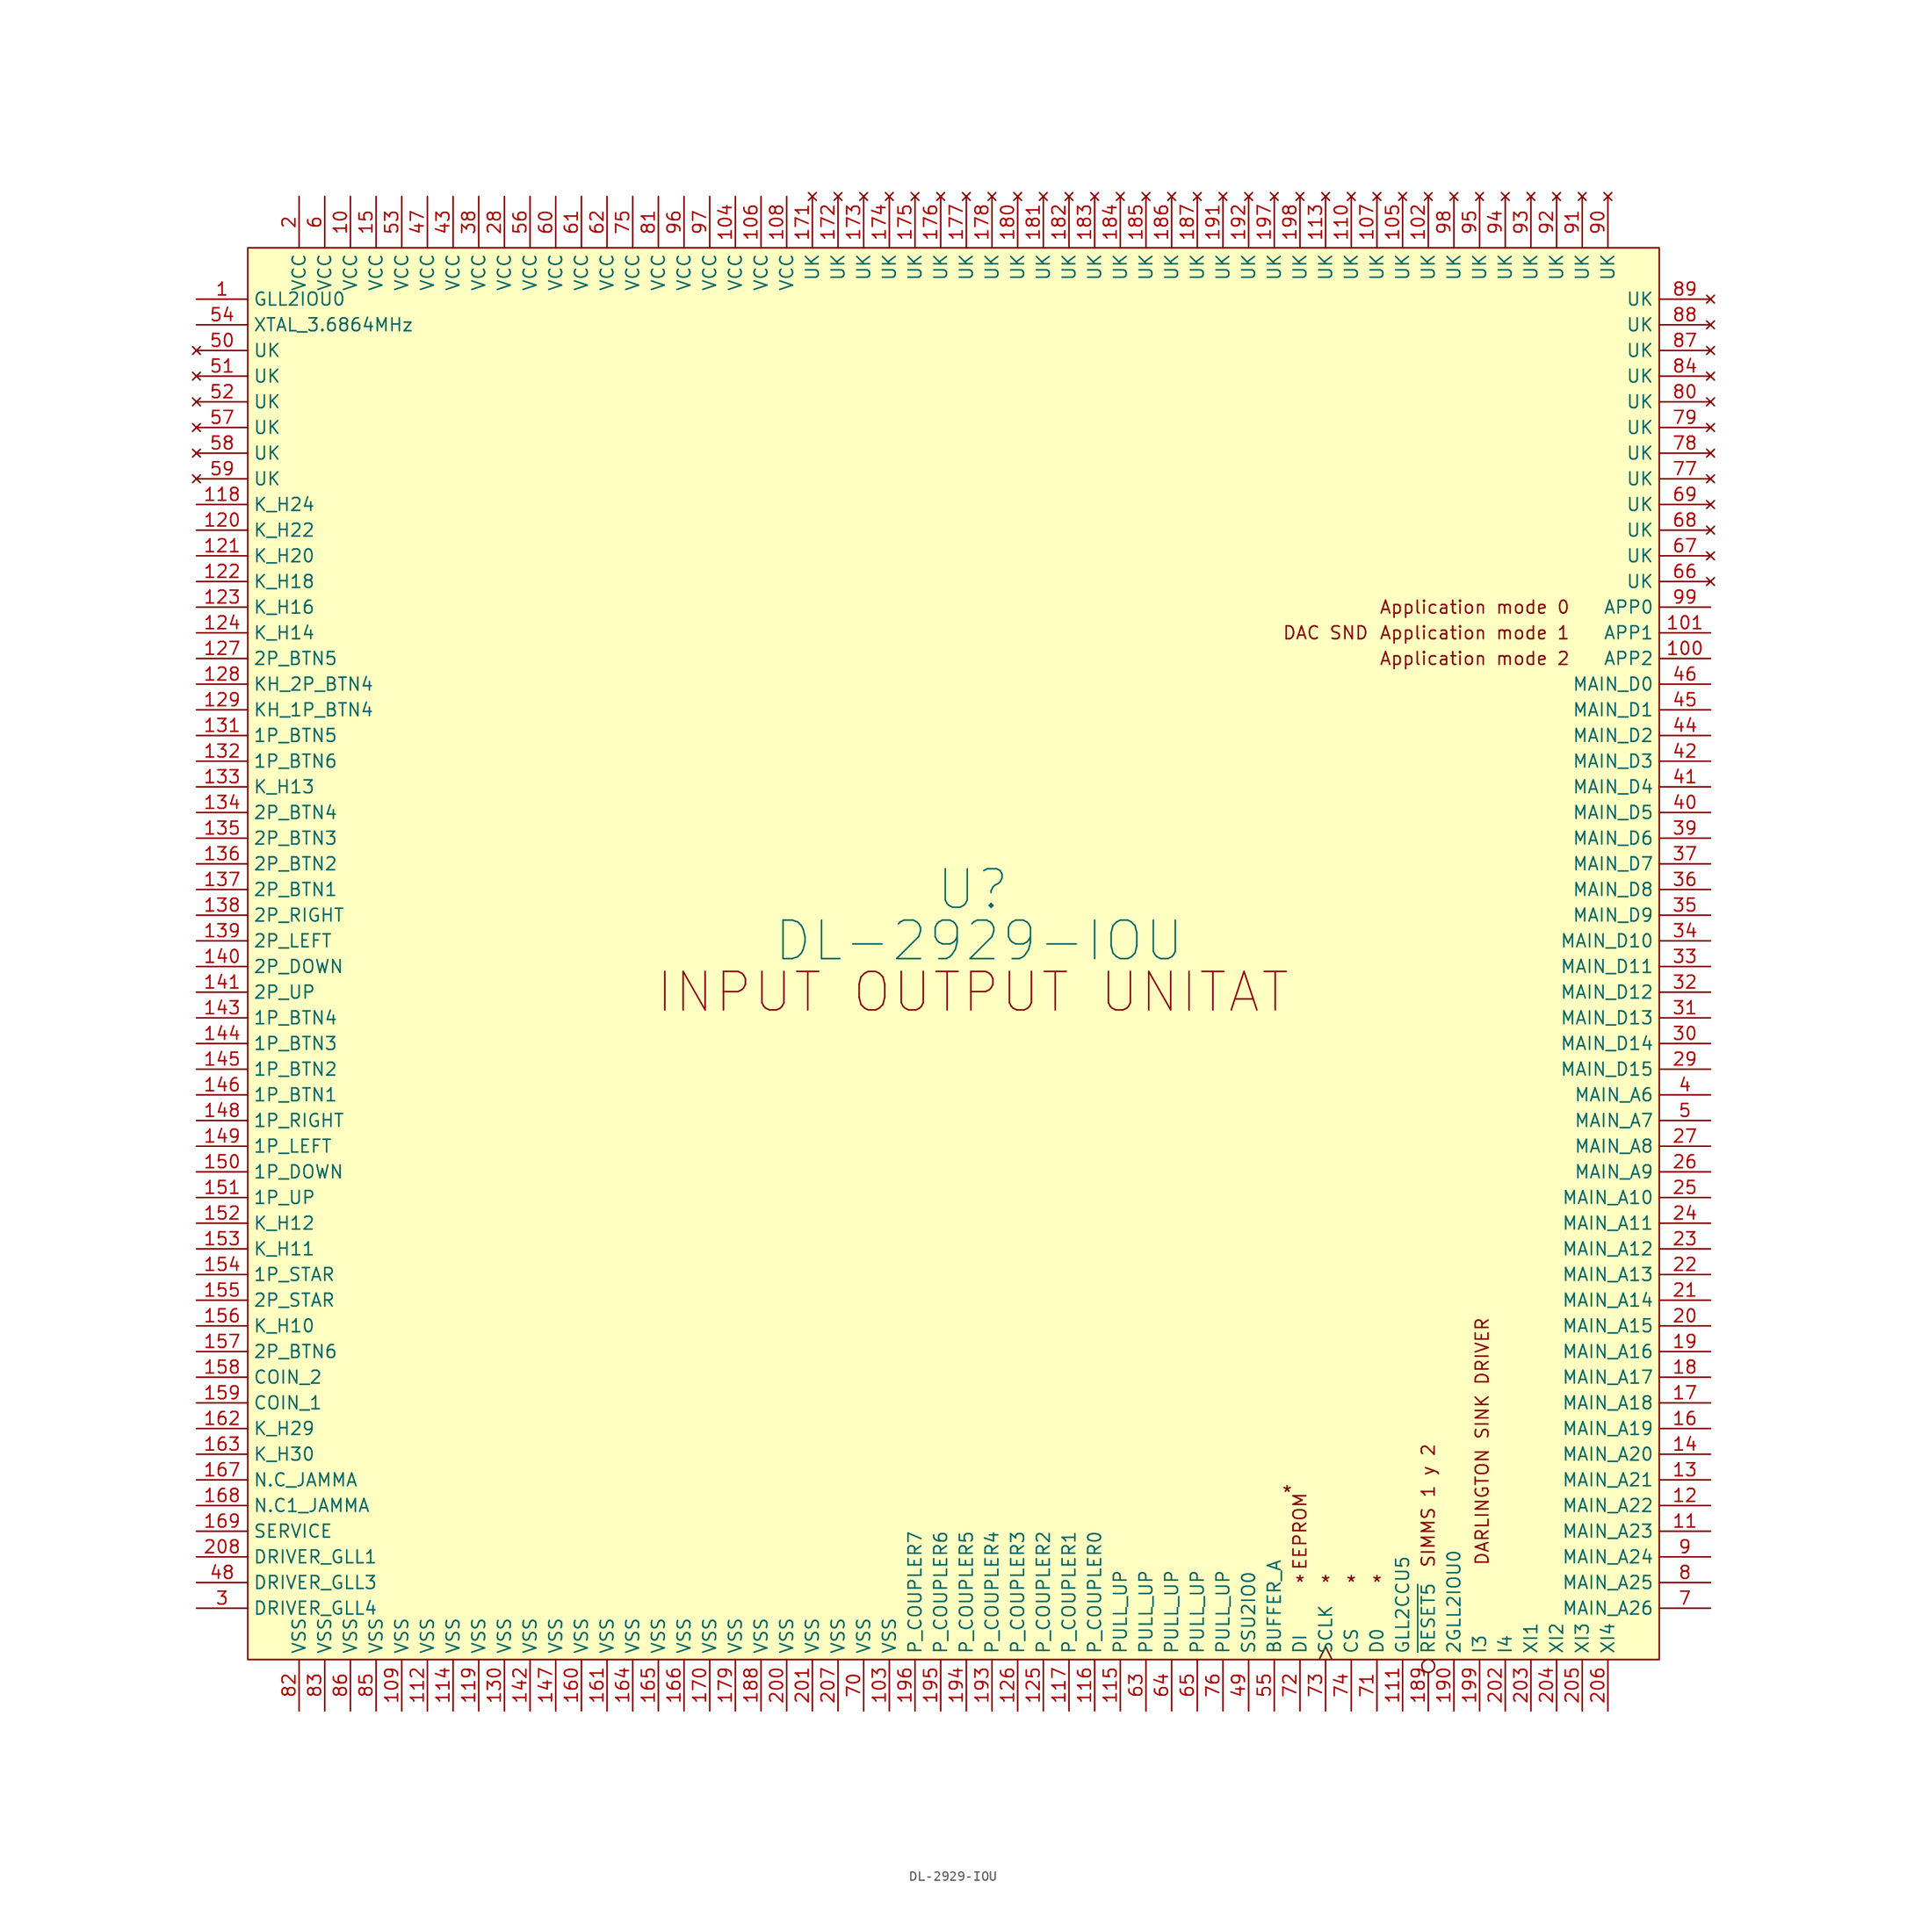
<source format=kicad_sym>
(kicad_symbol_lib
  (version 20211014)
  (generator kicad_symbol_editor)
  (symbol "DL-2929-IOU"
    (property "Reference" "U"
      (at -0.635 5.08 0)
      (effects (font (size 3.81 3.81))))
    (property "Value" "DL-2929-IOU"
      (at 0 0 0)
      (effects (font (size 3.81 3.81))))
    (symbol "DL-2929-IOU_0_0"
      (text "*" (at 30.48 -54.61 0) (effects (font (size 1.27 1.27))))
      (text "*" (at 31.75 -63.5 0) (effects (font (size 1.27 1.27))))
      (text "*" (at 34.29 -63.5 0) (effects (font (size 1.27 1.27))))
      (text "*" (at 36.83 -63.5 0) (effects (font (size 1.27 1.27))))
      (text "*" (at 39.37 -63.5 0) (effects (font (size 1.27 1.27))))
      (text "Application mode 0 " (at 49.53 33.02 0) (effects (font (size 1.27 1.27))))
      (text "Application mode 1 " (at 49.53 30.48 0) (effects (font (size 1.27 1.27))))
      (text "Application mode 2 " (at 49.53 27.94 0) (effects (font (size 1.27 1.27))))
      (text "DAC SND" (at 34.29 30.48 0) (effects (font (size 1.27 1.27))))
      (text "DARLINGTON SINK DRIVER" (at 49.784 -49.53 900) (effects (font (size 1.27 1.27))))
      (text "EEPROM" (at 31.75 -58.42 900) (effects (font (size 1.27 1.27))))
      (text "INPUT OUTPUT UNITAT" (at -0.635 -5.08 0) (effects (font (size 3.81 3.81))))
      (text "SIMMS 1 y 2" (at 44.45 -55.88 900) (effects (font (size 1.27 1.27)))))
    (symbol "DL-2929-IOU_0_1"
      (rectangle (start -72.39 68.58) (end 67.31 -71.12) (stroke (width 0) (type default) (color 0 0 0 0)) (fill (type background))))
    (symbol "DL-2929-IOU_1_1"
      (pin input line (at -77.47 63.5 0) (length 5.08) (name "GLL2IOU0" (effects (font (size 1.27 1.27)))) (number "1" (effects (font (size 1.27 1.27)))))
      (pin power_in line (at -62.23 73.66 270) (length 5.08) (name "VCC" (effects (font (size 1.27 1.27)))) (number "10" (effects (font (size 1.27 1.27)))))
      (pin output line (at 72.39 27.94 180) (length 5.08) (name "APP2" (effects (font (size 1.27 1.27)))) (number "100" (effects (font (size 1.27 1.27)))))
      (pin output line (at 72.39 30.48 180) (length 5.08) (name "APP1" (effects (font (size 1.27 1.27)))) (number "101" (effects (font (size 1.27 1.27)))))
      (pin no_connect line (at 44.45 73.66 270) (length 5.08) (name "UK" (effects (font (size 1.27 1.27)))) (number "102" (effects (font (size 1.27 1.27)))))
      (pin power_in line (at -8.89 -76.2 90) (length 5.08) (name "VSS" (effects (font (size 1.27 1.27)))) (number "103" (effects (font (size 1.27 1.27)))))
      (pin power_in line (at -24.13 73.66 270) (length 5.08) (name "VCC" (effects (font (size 1.27 1.27)))) (number "104" (effects (font (size 1.27 1.27)))))
      (pin no_connect line (at 41.91 73.66 270) (length 5.08) (name "UK" (effects (font (size 1.27 1.27)))) (number "105" (effects (font (size 1.27 1.27)))))
      (pin power_in line (at -21.59 73.66 270) (length 5.08) (name "VCC" (effects (font (size 1.27 1.27)))) (number "106" (effects (font (size 1.27 1.27)))))
      (pin no_connect line (at 39.37 73.66 270) (length 5.08) (name "UK" (effects (font (size 1.27 1.27)))) (number "107" (effects (font (size 1.27 1.27)))))
      (pin power_in line (at -19.05 73.66 270) (length 5.08) (name "VCC" (effects (font (size 1.27 1.27)))) (number "108" (effects (font (size 1.27 1.27)))))
      (pin power_in line (at -57.15 -76.2 90) (length 5.08) (name "VSS" (effects (font (size 1.27 1.27)))) (number "109" (effects (font (size 1.27 1.27)))))
      (pin bidirectional line (at 72.39 -58.42 180) (length 5.08) (name "MAIN_A23" (effects (font (size 1.27 1.27)))) (number "11" (effects (font (size 1.27 1.27)))))
      (pin no_connect line (at 36.83 73.66 270) (length 5.08) (name "UK" (effects (font (size 1.27 1.27)))) (number "110" (effects (font (size 1.27 1.27)))))
      (pin bidirectional line (at 41.91 -76.2 90) (length 5.08) (name "GLL2CCU5" (effects (font (size 1.27 1.27)))) (number "111" (effects (font (size 1.27 1.27)))))
      (pin power_in line (at -54.61 -76.2 90) (length 5.08) (name "VSS" (effects (font (size 1.27 1.27)))) (number "112" (effects (font (size 1.27 1.27)))))
      (pin no_connect line (at 34.29 73.66 270) (length 5.08) (name "UK" (effects (font (size 1.27 1.27)))) (number "113" (effects (font (size 1.27 1.27)))))
      (pin power_in line (at -52.07 -76.2 90) (length 5.08) (name "VSS" (effects (font (size 1.27 1.27)))) (number "114" (effects (font (size 1.27 1.27)))))
      (pin input line (at 13.97 -76.2 90) (length 5.08) (name "PULL_UP" (effects (font (size 1.27 1.27)))) (number "115" (effects (font (size 1.27 1.27)))))
      (pin output line (at 11.43 -76.2 90) (length 5.08) (name "P_COUPLER0" (effects (font (size 1.27 1.27)))) (number "116" (effects (font (size 1.27 1.27)))))
      (pin output line (at 8.89 -76.2 90) (length 5.08) (name "P_COUPLER1" (effects (font (size 1.27 1.27)))) (number "117" (effects (font (size 1.27 1.27)))))
      (pin input line (at -77.47 43.18 0) (length 5.08) (name "K_H24" (effects (font (size 1.27 1.27)))) (number "118" (effects (font (size 1.27 1.27)))))
      (pin power_in line (at -49.53 -76.2 90) (length 5.08) (name "VSS" (effects (font (size 1.27 1.27)))) (number "119" (effects (font (size 1.27 1.27)))))
      (pin bidirectional line (at 72.39 -55.88 180) (length 5.08) (name "MAIN_A22" (effects (font (size 1.27 1.27)))) (number "12" (effects (font (size 1.27 1.27)))))
      (pin input line (at -77.47 40.64 0) (length 5.08) (name "K_H22" (effects (font (size 1.27 1.27)))) (number "120" (effects (font (size 1.27 1.27)))))
      (pin input line (at -77.47 38.1 0) (length 5.08) (name "K_H20" (effects (font (size 1.27 1.27)))) (number "121" (effects (font (size 1.27 1.27)))))
      (pin input line (at -77.47 35.56 0) (length 5.08) (name "K_H18" (effects (font (size 1.27 1.27)))) (number "122" (effects (font (size 1.27 1.27)))))
      (pin input line (at -77.47 33.02 0) (length 5.08) (name "K_H16" (effects (font (size 1.27 1.27)))) (number "123" (effects (font (size 1.27 1.27)))))
      (pin input line (at -77.47 30.48 0) (length 5.08) (name "K_H14" (effects (font (size 1.27 1.27)))) (number "124" (effects (font (size 1.27 1.27)))))
      (pin output line (at 6.35 -76.2 90) (length 5.08) (name "P_COUPLER2" (effects (font (size 1.27 1.27)))) (number "125" (effects (font (size 1.27 1.27)))))
      (pin output line (at 3.81 -76.2 90) (length 5.08) (name "P_COUPLER3" (effects (font (size 1.27 1.27)))) (number "126" (effects (font (size 1.27 1.27)))))
      (pin input line (at -77.47 27.94 0) (length 5.08) (name "2P_BTN5" (effects (font (size 1.27 1.27)))) (number "127" (effects (font (size 1.27 1.27)))))
      (pin input line (at -77.47 25.4 0) (length 5.08) (name "KH_2P_BTN4" (effects (font (size 1.27 1.27)))) (number "128" (effects (font (size 1.27 1.27)))))
      (pin input line (at -77.47 22.86 0) (length 5.08) (name "KH_1P_BTN4" (effects (font (size 1.27 1.27)))) (number "129" (effects (font (size 1.27 1.27)))))
      (pin bidirectional line (at 72.39 -53.34 180) (length 5.08) (name "MAIN_A21" (effects (font (size 1.27 1.27)))) (number "13" (effects (font (size 1.27 1.27)))))
      (pin power_in line (at -46.99 -76.2 90) (length 5.08) (name "VSS" (effects (font (size 1.27 1.27)))) (number "130" (effects (font (size 1.27 1.27)))))
      (pin input line (at -77.47 20.32 0) (length 5.08) (name "1P_BTN5" (effects (font (size 1.27 1.27)))) (number "131" (effects (font (size 1.27 1.27)))))
      (pin input line (at -77.47 17.78 0) (length 5.08) (name "1P_BTN6" (effects (font (size 1.27 1.27)))) (number "132" (effects (font (size 1.27 1.27)))))
      (pin input line (at -77.47 15.24 0) (length 5.08) (name "K_H13" (effects (font (size 1.27 1.27)))) (number "133" (effects (font (size 1.27 1.27)))))
      (pin input line (at -77.47 12.7 0) (length 5.08) (name "2P_BTN4" (effects (font (size 1.27 1.27)))) (number "134" (effects (font (size 1.27 1.27)))))
      (pin input line (at -77.47 10.16 0) (length 5.08) (name "2P_BTN3" (effects (font (size 1.27 1.27)))) (number "135" (effects (font (size 1.27 1.27)))))
      (pin input line (at -77.47 7.62 0) (length 5.08) (name "2P_BTN2" (effects (font (size 1.27 1.27)))) (number "136" (effects (font (size 1.27 1.27)))))
      (pin input line (at -77.47 5.08 0) (length 5.08) (name "2P_BTN1" (effects (font (size 1.27 1.27)))) (number "137" (effects (font (size 1.27 1.27)))))
      (pin input line (at -77.47 2.54 0) (length 5.08) (name "2P_RIGHT" (effects (font (size 1.27 1.27)))) (number "138" (effects (font (size 1.27 1.27)))))
      (pin input line (at -77.47 0 0) (length 5.08) (name "2P_LEFT" (effects (font (size 1.27 1.27)))) (number "139" (effects (font (size 1.27 1.27)))))
      (pin bidirectional line (at 72.39 -50.8 180) (length 5.08) (name "MAIN_A20" (effects (font (size 1.27 1.27)))) (number "14" (effects (font (size 1.27 1.27)))))
      (pin input line (at -77.47 -2.54 0) (length 5.08) (name "2P_DOWN" (effects (font (size 1.27 1.27)))) (number "140" (effects (font (size 1.27 1.27)))))
      (pin input line (at -77.47 -5.08 0) (length 5.08) (name "2P_UP" (effects (font (size 1.27 1.27)))) (number "141" (effects (font (size 1.27 1.27)))))
      (pin power_in line (at -44.45 -76.2 90) (length 5.08) (name "VSS" (effects (font (size 1.27 1.27)))) (number "142" (effects (font (size 1.27 1.27)))))
      (pin input line (at -77.47 -7.62 0) (length 5.08) (name "1P_BTN4" (effects (font (size 1.27 1.27)))) (number "143" (effects (font (size 1.27 1.27)))))
      (pin input line (at -77.47 -10.16 0) (length 5.08) (name "1P_BTN3" (effects (font (size 1.27 1.27)))) (number "144" (effects (font (size 1.27 1.27)))))
      (pin input line (at -77.47 -12.7 0) (length 5.08) (name "1P_BTN2" (effects (font (size 1.27 1.27)))) (number "145" (effects (font (size 1.27 1.27)))))
      (pin input line (at -77.47 -15.24 0) (length 5.08) (name "1P_BTN1" (effects (font (size 1.27 1.27)))) (number "146" (effects (font (size 1.27 1.27)))))
      (pin power_in line (at -41.91 -76.2 90) (length 5.08) (name "VSS" (effects (font (size 1.27 1.27)))) (number "147" (effects (font (size 1.27 1.27)))))
      (pin input line (at -77.47 -17.78 0) (length 5.08) (name "1P_RIGHT" (effects (font (size 1.27 1.27)))) (number "148" (effects (font (size 1.27 1.27)))))
      (pin input line (at -77.47 -20.32 0) (length 5.08) (name "1P_LEFT" (effects (font (size 1.27 1.27)))) (number "149" (effects (font (size 1.27 1.27)))))
      (pin power_in line (at -59.69 73.66 270) (length 5.08) (name "VCC" (effects (font (size 1.27 1.27)))) (number "15" (effects (font (size 1.27 1.27)))))
      (pin input line (at -77.47 -22.86 0) (length 5.08) (name "1P_DOWN" (effects (font (size 1.27 1.27)))) (number "150" (effects (font (size 1.27 1.27)))))
      (pin input line (at -77.47 -25.4 0) (length 5.08) (name "1P_UP" (effects (font (size 1.27 1.27)))) (number "151" (effects (font (size 1.27 1.27)))))
      (pin input line (at -77.47 -27.94 0) (length 5.08) (name "K_H12" (effects (font (size 1.27 1.27)))) (number "152" (effects (font (size 1.27 1.27)))))
      (pin input line (at -77.47 -30.48 0) (length 5.08) (name "K_H11" (effects (font (size 1.27 1.27)))) (number "153" (effects (font (size 1.27 1.27)))))
      (pin input line (at -77.47 -33.02 0) (length 5.08) (name "1P_STAR" (effects (font (size 1.27 1.27)))) (number "154" (effects (font (size 1.27 1.27)))))
      (pin input line (at -77.47 -35.56 0) (length 5.08) (name "2P_STAR" (effects (font (size 1.27 1.27)))) (number "155" (effects (font (size 1.27 1.27)))))
      (pin input line (at -77.47 -38.1 0) (length 5.08) (name "K_H10" (effects (font (size 1.27 1.27)))) (number "156" (effects (font (size 1.27 1.27)))))
      (pin input line (at -77.47 -40.64 0) (length 5.08) (name "2P_BTN6" (effects (font (size 1.27 1.27)))) (number "157" (effects (font (size 1.27 1.27)))))
      (pin input line (at -77.47 -43.18 0) (length 5.08) (name "COIN_2" (effects (font (size 1.27 1.27)))) (number "158" (effects (font (size 1.27 1.27)))))
      (pin input line (at -77.47 -45.72 0) (length 5.08) (name "COIN_1" (effects (font (size 1.27 1.27)))) (number "159" (effects (font (size 1.27 1.27)))))
      (pin bidirectional line (at 72.39 -48.26 180) (length 5.08) (name "MAIN_A19" (effects (font (size 1.27 1.27)))) (number "16" (effects (font (size 1.27 1.27)))))
      (pin power_in line (at -39.37 -76.2 90) (length 5.08) (name "VSS" (effects (font (size 1.27 1.27)))) (number "160" (effects (font (size 1.27 1.27)))))
      (pin power_in line (at -36.83 -76.2 90) (length 5.08) (name "VSS" (effects (font (size 1.27 1.27)))) (number "161" (effects (font (size 1.27 1.27)))))
      (pin input line (at -77.47 -48.26 0) (length 5.08) (name "K_H29" (effects (font (size 1.27 1.27)))) (number "162" (effects (font (size 1.27 1.27)))))
      (pin input line (at -77.47 -50.8 0) (length 5.08) (name "K_H30" (effects (font (size 1.27 1.27)))) (number "163" (effects (font (size 1.27 1.27)))))
      (pin power_in line (at -34.29 -76.2 90) (length 5.08) (name "VSS" (effects (font (size 1.27 1.27)))) (number "164" (effects (font (size 1.27 1.27)))))
      (pin power_in line (at -31.75 -76.2 90) (length 5.08) (name "VSS" (effects (font (size 1.27 1.27)))) (number "165" (effects (font (size 1.27 1.27)))))
      (pin power_in line (at -29.21 -76.2 90) (length 5.08) (name "VSS" (effects (font (size 1.27 1.27)))) (number "166" (effects (font (size 1.27 1.27)))))
      (pin input line (at -77.47 -53.34 0) (length 5.08) (name "N.C_JAMMA" (effects (font (size 1.27 1.27)))) (number "167" (effects (font (size 1.27 1.27)))))
      (pin input line (at -77.47 -55.88 0) (length 5.08) (name "N.C1_JAMMA" (effects (font (size 1.27 1.27)))) (number "168" (effects (font (size 1.27 1.27)))))
      (pin input line (at -77.47 -58.42 0) (length 5.08) (name "SERVICE" (effects (font (size 1.27 1.27)))) (number "169" (effects (font (size 1.27 1.27)))))
      (pin bidirectional line (at 72.39 -45.72 180) (length 5.08) (name "MAIN_A18" (effects (font (size 1.27 1.27)))) (number "17" (effects (font (size 1.27 1.27)))))
      (pin power_in line (at -26.67 -76.2 90) (length 5.08) (name "VSS" (effects (font (size 1.27 1.27)))) (number "170" (effects (font (size 1.27 1.27)))))
      (pin no_connect line (at -16.51 73.66 270) (length 5.08) (name "UK" (effects (font (size 1.27 1.27)))) (number "171" (effects (font (size 1.27 1.27)))))
      (pin no_connect line (at -13.97 73.66 270) (length 5.08) (name "UK" (effects (font (size 1.27 1.27)))) (number "172" (effects (font (size 1.27 1.27)))))
      (pin no_connect line (at -11.43 73.66 270) (length 5.08) (name "UK" (effects (font (size 1.27 1.27)))) (number "173" (effects (font (size 1.27 1.27)))))
      (pin no_connect line (at -8.89 73.66 270) (length 5.08) (name "UK" (effects (font (size 1.27 1.27)))) (number "174" (effects (font (size 1.27 1.27)))))
      (pin no_connect line (at -6.35 73.66 270) (length 5.08) (name "UK" (effects (font (size 1.27 1.27)))) (number "175" (effects (font (size 1.27 1.27)))))
      (pin no_connect line (at -3.81 73.66 270) (length 5.08) (name "UK" (effects (font (size 1.27 1.27)))) (number "176" (effects (font (size 1.27 1.27)))))
      (pin no_connect line (at -1.27 73.66 270) (length 5.08) (name "UK" (effects (font (size 1.27 1.27)))) (number "177" (effects (font (size 1.27 1.27)))))
      (pin no_connect line (at 1.27 73.66 270) (length 5.08) (name "UK" (effects (font (size 1.27 1.27)))) (number "178" (effects (font (size 1.27 1.27)))))
      (pin power_in line (at -24.13 -76.2 90) (length 5.08) (name "VSS" (effects (font (size 1.27 1.27)))) (number "179" (effects (font (size 1.27 1.27)))))
      (pin bidirectional line (at 72.39 -43.18 180) (length 5.08) (name "MAIN_A17" (effects (font (size 1.27 1.27)))) (number "18" (effects (font (size 1.27 1.27)))))
      (pin no_connect line (at 3.81 73.66 270) (length 5.08) (name "UK" (effects (font (size 1.27 1.27)))) (number "180" (effects (font (size 1.27 1.27)))))
      (pin no_connect line (at 6.35 73.66 270) (length 5.08) (name "UK" (effects (font (size 1.27 1.27)))) (number "181" (effects (font (size 1.27 1.27)))))
      (pin no_connect line (at 8.89 73.66 270) (length 5.08) (name "UK" (effects (font (size 1.27 1.27)))) (number "182" (effects (font (size 1.27 1.27)))))
      (pin no_connect line (at 11.43 73.66 270) (length 5.08) (name "UK" (effects (font (size 1.27 1.27)))) (number "183" (effects (font (size 1.27 1.27)))))
      (pin no_connect line (at 13.97 73.66 270) (length 5.08) (name "UK" (effects (font (size 1.27 1.27)))) (number "184" (effects (font (size 1.27 1.27)))))
      (pin no_connect line (at 16.51 73.66 270) (length 5.08) (name "UK" (effects (font (size 1.27 1.27)))) (number "185" (effects (font (size 1.27 1.27)))))
      (pin no_connect line (at 19.05 73.66 270) (length 5.08) (name "UK" (effects (font (size 1.27 1.27)))) (number "186" (effects (font (size 1.27 1.27)))))
      (pin no_connect line (at 21.59 73.66 270) (length 5.08) (name "UK" (effects (font (size 1.27 1.27)))) (number "187" (effects (font (size 1.27 1.27)))))
      (pin power_in line (at -21.59 -76.2 90) (length 5.08) (name "VSS" (effects (font (size 1.27 1.27)))) (number "188" (effects (font (size 1.27 1.27)))))
      (pin output inverted (at 44.45 -76.2 90) (length 5.08) (name "~{RESET5}" (effects (font (size 1.27 1.27)))) (number "189" (effects (font (size 1.27 1.27)))))
      (pin bidirectional line (at 72.39 -40.64 180) (length 5.08) (name "MAIN_A16" (effects (font (size 1.27 1.27)))) (number "19" (effects (font (size 1.27 1.27)))))
      (pin input line (at 46.99 -76.2 90) (length 5.08) (name "2GLL2IOU0" (effects (font (size 1.27 1.27)))) (number "190" (effects (font (size 1.27 1.27)))))
      (pin no_connect line (at 24.13 73.66 270) (length 5.08) (name "UK" (effects (font (size 1.27 1.27)))) (number "191" (effects (font (size 1.27 1.27)))))
      (pin no_connect line (at 26.67 73.66 270) (length 5.08) (name "UK" (effects (font (size 1.27 1.27)))) (number "192" (effects (font (size 1.27 1.27)))))
      (pin output line (at 1.27 -76.2 90) (length 5.08) (name "P_COUPLER4" (effects (font (size 1.27 1.27)))) (number "193" (effects (font (size 1.27 1.27)))))
      (pin output line (at -1.27 -76.2 90) (length 5.08) (name "P_COUPLER5" (effects (font (size 1.27 1.27)))) (number "194" (effects (font (size 1.27 1.27)))))
      (pin output line (at -3.81 -76.2 90) (length 5.08) (name "P_COUPLER6" (effects (font (size 1.27 1.27)))) (number "195" (effects (font (size 1.27 1.27)))))
      (pin output line (at -6.35 -76.2 90) (length 5.08) (name "P_COUPLER7" (effects (font (size 1.27 1.27)))) (number "196" (effects (font (size 1.27 1.27)))))
      (pin no_connect line (at 29.21 73.66 270) (length 5.08) (name "UK" (effects (font (size 1.27 1.27)))) (number "197" (effects (font (size 1.27 1.27)))))
      (pin no_connect line (at 31.75 73.66 270) (length 5.08) (name "UK" (effects (font (size 1.27 1.27)))) (number "198" (effects (font (size 1.27 1.27)))))
      (pin output line (at 49.53 -76.2 90) (length 5.08) (name "I3" (effects (font (size 1.27 1.27)))) (number "199" (effects (font (size 1.27 1.27)))))
      (pin power_in line (at -67.31 73.66 270) (length 5.08) (name "VCC" (effects (font (size 1.27 1.27)))) (number "2" (effects (font (size 1.27 1.27)))))
      (pin bidirectional line (at 72.39 -38.1 180) (length 5.08) (name "MAIN_A15" (effects (font (size 1.27 1.27)))) (number "20" (effects (font (size 1.27 1.27)))))
      (pin power_in line (at -19.05 -76.2 90) (length 5.08) (name "VSS" (effects (font (size 1.27 1.27)))) (number "200" (effects (font (size 1.27 1.27)))))
      (pin power_in line (at -16.51 -76.2 90) (length 5.08) (name "VSS" (effects (font (size 1.27 1.27)))) (number "201" (effects (font (size 1.27 1.27)))))
      (pin output line (at 52.07 -76.2 90) (length 5.08) (name "I4" (effects (font (size 1.27 1.27)))) (number "202" (effects (font (size 1.27 1.27)))))
      (pin output line (at 54.61 -76.2 90) (length 5.08) (name "XI1" (effects (font (size 1.27 1.27)))) (number "203" (effects (font (size 1.27 1.27)))))
      (pin output line (at 57.15 -76.2 90) (length 5.08) (name "XI2" (effects (font (size 1.27 1.27)))) (number "204" (effects (font (size 1.27 1.27)))))
      (pin output line (at 59.69 -76.2 90) (length 5.08) (name "XI3" (effects (font (size 1.27 1.27)))) (number "205" (effects (font (size 1.27 1.27)))))
      (pin output line (at 62.23 -76.2 90) (length 5.08) (name "XI4" (effects (font (size 1.27 1.27)))) (number "206" (effects (font (size 1.27 1.27)))))
      (pin power_in line (at -13.97 -76.2 90) (length 5.08) (name "VSS" (effects (font (size 1.27 1.27)))) (number "207" (effects (font (size 1.27 1.27)))))
      (pin bidirectional line (at -77.47 -60.96 0) (length 5.08) (name "DRIVER_GLL1" (effects (font (size 1.27 1.27)))) (number "208" (effects (font (size 1.27 1.27)))))
      (pin bidirectional line (at 72.39 -35.56 180) (length 5.08) (name "MAIN_A14" (effects (font (size 1.27 1.27)))) (number "21" (effects (font (size 1.27 1.27)))))
      (pin bidirectional line (at 72.39 -33.02 180) (length 5.08) (name "MAIN_A13" (effects (font (size 1.27 1.27)))) (number "22" (effects (font (size 1.27 1.27)))))
      (pin bidirectional line (at 72.39 -30.48 180) (length 5.08) (name "MAIN_A12" (effects (font (size 1.27 1.27)))) (number "23" (effects (font (size 1.27 1.27)))))
      (pin bidirectional line (at 72.39 -27.94 180) (length 5.08) (name "MAIN_A11" (effects (font (size 1.27 1.27)))) (number "24" (effects (font (size 1.27 1.27)))))
      (pin bidirectional line (at 72.39 -25.4 180) (length 5.08) (name "MAIN_A10" (effects (font (size 1.27 1.27)))) (number "25" (effects (font (size 1.27 1.27)))))
      (pin bidirectional line (at 72.39 -22.86 180) (length 5.08) (name "MAIN_A9" (effects (font (size 1.27 1.27)))) (number "26" (effects (font (size 1.27 1.27)))))
      (pin bidirectional line (at 72.39 -20.32 180) (length 5.08) (name "MAIN_A8" (effects (font (size 1.27 1.27)))) (number "27" (effects (font (size 1.27 1.27)))))
      (pin power_in line (at -46.99 73.66 270) (length 5.08) (name "VCC" (effects (font (size 1.27 1.27)))) (number "28" (effects (font (size 1.27 1.27)))))
      (pin bidirectional line (at 72.39 -12.7 180) (length 5.08) (name "MAIN_D15" (effects (font (size 1.27 1.27)))) (number "29" (effects (font (size 1.27 1.27)))))
      (pin bidirectional line (at -77.47 -66.04 0) (length 5.08) (name "DRIVER_GLL4" (effects (font (size 1.27 1.27)))) (number "3" (effects (font (size 1.27 1.27)))))
      (pin bidirectional line (at 72.39 -10.16 180) (length 5.08) (name "MAIN_D14" (effects (font (size 1.27 1.27)))) (number "30" (effects (font (size 1.27 1.27)))))
      (pin bidirectional line (at 72.39 -7.62 180) (length 5.08) (name "MAIN_D13" (effects (font (size 1.27 1.27)))) (number "31" (effects (font (size 1.27 1.27)))))
      (pin bidirectional line (at 72.39 -5.08 180) (length 5.08) (name "MAIN_D12" (effects (font (size 1.27 1.27)))) (number "32" (effects (font (size 1.27 1.27)))))
      (pin bidirectional line (at 72.39 -2.54 180) (length 5.08) (name "MAIN_D11" (effects (font (size 1.27 1.27)))) (number "33" (effects (font (size 1.27 1.27)))))
      (pin bidirectional line (at 72.39 0 180) (length 5.08) (name "MAIN_D10" (effects (font (size 1.27 1.27)))) (number "34" (effects (font (size 1.27 1.27)))))
      (pin bidirectional line (at 72.39 2.54 180) (length 5.08) (name "MAIN_D9" (effects (font (size 1.27 1.27)))) (number "35" (effects (font (size 1.27 1.27)))))
      (pin bidirectional line (at 72.39 5.08 180) (length 5.08) (name "MAIN_D8" (effects (font (size 1.27 1.27)))) (number "36" (effects (font (size 1.27 1.27)))))
      (pin bidirectional line (at 72.39 7.62 180) (length 5.08) (name "MAIN_D7" (effects (font (size 1.27 1.27)))) (number "37" (effects (font (size 1.27 1.27)))))
      (pin power_in line (at -49.53 73.66 270) (length 5.08) (name "VCC" (effects (font (size 1.27 1.27)))) (number "38" (effects (font (size 1.27 1.27)))))
      (pin bidirectional line (at 72.39 10.16 180) (length 5.08) (name "MAIN_D6" (effects (font (size 1.27 1.27)))) (number "39" (effects (font (size 1.27 1.27)))))
      (pin bidirectional line (at 72.39 -15.24 180) (length 5.08) (name "MAIN_A6" (effects (font (size 1.27 1.27)))) (number "4" (effects (font (size 1.27 1.27)))))
      (pin bidirectional line (at 72.39 12.7 180) (length 5.08) (name "MAIN_D5" (effects (font (size 1.27 1.27)))) (number "40" (effects (font (size 1.27 1.27)))))
      (pin bidirectional line (at 72.39 15.24 180) (length 5.08) (name "MAIN_D4" (effects (font (size 1.27 1.27)))) (number "41" (effects (font (size 1.27 1.27)))))
      (pin bidirectional line (at 72.39 17.78 180) (length 5.08) (name "MAIN_D3" (effects (font (size 1.27 1.27)))) (number "42" (effects (font (size 1.27 1.27)))))
      (pin power_in line (at -52.07 73.66 270) (length 5.08) (name "VCC" (effects (font (size 1.27 1.27)))) (number "43" (effects (font (size 1.27 1.27)))))
      (pin bidirectional line (at 72.39 20.32 180) (length 5.08) (name "MAIN_D2" (effects (font (size 1.27 1.27)))) (number "44" (effects (font (size 1.27 1.27)))))
      (pin bidirectional line (at 72.39 22.86 180) (length 5.08) (name "MAIN_D1" (effects (font (size 1.27 1.27)))) (number "45" (effects (font (size 1.27 1.27)))))
      (pin bidirectional line (at 72.39 25.4 180) (length 5.08) (name "MAIN_D0" (effects (font (size 1.27 1.27)))) (number "46" (effects (font (size 1.27 1.27)))))
      (pin power_in line (at -54.61 73.66 270) (length 5.08) (name "VCC" (effects (font (size 1.27 1.27)))) (number "47" (effects (font (size 1.27 1.27)))))
      (pin bidirectional line (at -77.47 -63.5 0) (length 5.08) (name "DRIVER_GLL3" (effects (font (size 1.27 1.27)))) (number "48" (effects (font (size 1.27 1.27)))))
      (pin bidirectional line (at 26.67 -76.2 90) (length 5.08) (name "SSU2IO0" (effects (font (size 1.27 1.27)))) (number "49" (effects (font (size 1.27 1.27)))))
      (pin bidirectional line (at 72.39 -17.78 180) (length 5.08) (name "MAIN_A7" (effects (font (size 1.27 1.27)))) (number "5" (effects (font (size 1.27 1.27)))))
      (pin no_connect line (at -77.47 58.42 0) (length 5.08) (name "UK" (effects (font (size 1.27 1.27)))) (number "50" (effects (font (size 1.27 1.27)))))
      (pin no_connect line (at -77.47 55.88 0) (length 5.08) (name "UK" (effects (font (size 1.27 1.27)))) (number "51" (effects (font (size 1.27 1.27)))))
      (pin no_connect line (at -77.47 53.34 0) (length 5.08) (name "UK" (effects (font (size 1.27 1.27)))) (number "52" (effects (font (size 1.27 1.27)))))
      (pin power_in line (at -57.15 73.66 270) (length 5.08) (name "VCC" (effects (font (size 1.27 1.27)))) (number "53" (effects (font (size 1.27 1.27)))))
      (pin input line (at -77.47 60.96 0) (length 5.08) (name "XTAL_3.6864MHz" (effects (font (size 1.27 1.27)))) (number "54" (effects (font (size 1.27 1.27)))))
      (pin output line (at 29.21 -76.2 90) (length 5.08) (name "BUFFER_A" (effects (font (size 1.27 1.27)))) (number "55" (effects (font (size 1.27 1.27)))))
      (pin power_in line (at -44.45 73.66 270) (length 5.08) (name "VCC" (effects (font (size 1.27 1.27)))) (number "56" (effects (font (size 1.27 1.27)))))
      (pin no_connect line (at -77.47 50.8 0) (length 5.08) (name "UK" (effects (font (size 1.27 1.27)))) (number "57" (effects (font (size 1.27 1.27)))))
      (pin no_connect line (at -77.47 48.26 0) (length 5.08) (name "UK" (effects (font (size 1.27 1.27)))) (number "58" (effects (font (size 1.27 1.27)))))
      (pin no_connect line (at -77.47 45.72 0) (length 5.08) (name "UK" (effects (font (size 1.27 1.27)))) (number "59" (effects (font (size 1.27 1.27)))))
      (pin power_in line (at -64.77 73.66 270) (length 5.08) (name "VCC" (effects (font (size 1.27 1.27)))) (number "6" (effects (font (size 1.27 1.27)))))
      (pin power_in line (at -41.91 73.66 270) (length 5.08) (name "VCC" (effects (font (size 1.27 1.27)))) (number "60" (effects (font (size 1.27 1.27)))))
      (pin power_in line (at -39.37 73.66 270) (length 5.08) (name "VCC" (effects (font (size 1.27 1.27)))) (number "61" (effects (font (size 1.27 1.27)))))
      (pin power_in line (at -36.83 73.66 270) (length 5.08) (name "VCC" (effects (font (size 1.27 1.27)))) (number "62" (effects (font (size 1.27 1.27)))))
      (pin input line (at 16.51 -76.2 90) (length 5.08) (name "PULL_UP" (effects (font (size 1.27 1.27)))) (number "63" (effects (font (size 1.27 1.27)))))
      (pin input line (at 19.05 -76.2 90) (length 5.08) (name "PULL_UP" (effects (font (size 1.27 1.27)))) (number "64" (effects (font (size 1.27 1.27)))))
      (pin input line (at 21.59 -76.2 90) (length 5.08) (name "PULL_UP" (effects (font (size 1.27 1.27)))) (number "65" (effects (font (size 1.27 1.27)))))
      (pin no_connect line (at 72.39 35.56 180) (length 5.08) (name "UK" (effects (font (size 1.27 1.27)))) (number "66" (effects (font (size 1.27 1.27)))))
      (pin no_connect line (at 72.39 38.1 180) (length 5.08) (name "UK" (effects (font (size 1.27 1.27)))) (number "67" (effects (font (size 1.27 1.27)))))
      (pin no_connect line (at 72.39 40.64 180) (length 5.08) (name "UK" (effects (font (size 1.27 1.27)))) (number "68" (effects (font (size 1.27 1.27)))))
      (pin no_connect line (at 72.39 43.18 180) (length 5.08) (name "UK" (effects (font (size 1.27 1.27)))) (number "69" (effects (font (size 1.27 1.27)))))
      (pin bidirectional line (at 72.39 -66.04 180) (length 5.08) (name "MAIN_A26" (effects (font (size 1.27 1.27)))) (number "7" (effects (font (size 1.27 1.27)))))
      (pin power_in line (at -11.43 -76.2 90) (length 5.08) (name "VSS" (effects (font (size 1.27 1.27)))) (number "70" (effects (font (size 1.27 1.27)))))
      (pin input line (at 39.37 -76.2 90) (length 5.08) (name "D0" (effects (font (size 1.27 1.27)))) (number "71" (effects (font (size 1.27 1.27)))))
      (pin output line (at 31.75 -76.2 90) (length 5.08) (name "DI" (effects (font (size 1.27 1.27)))) (number "72" (effects (font (size 1.27 1.27)))))
      (pin output clock (at 34.29 -76.2 90) (length 5.08) (name "SCLK" (effects (font (size 1.27 1.27)))) (number "73" (effects (font (size 1.27 1.27)))))
      (pin output line (at 36.83 -76.2 90) (length 5.08) (name "CS" (effects (font (size 1.27 1.27)))) (number "74" (effects (font (size 1.27 1.27)))))
      (pin power_in line (at -34.29 73.66 270) (length 5.08) (name "VCC" (effects (font (size 1.27 1.27)))) (number "75" (effects (font (size 1.27 1.27)))))
      (pin input line (at 24.13 -76.2 90) (length 5.08) (name "PULL_UP" (effects (font (size 1.27 1.27)))) (number "76" (effects (font (size 1.27 1.27)))))
      (pin no_connect line (at 72.39 45.72 180) (length 5.08) (name "UK" (effects (font (size 1.27 1.27)))) (number "77" (effects (font (size 1.27 1.27)))))
      (pin no_connect line (at 72.39 48.26 180) (length 5.08) (name "UK" (effects (font (size 1.27 1.27)))) (number "78" (effects (font (size 1.27 1.27)))))
      (pin no_connect line (at 72.39 50.8 180) (length 5.08) (name "UK" (effects (font (size 1.27 1.27)))) (number "79" (effects (font (size 1.27 1.27)))))
      (pin bidirectional line (at 72.39 -63.5 180) (length 5.08) (name "MAIN_A25" (effects (font (size 1.27 1.27)))) (number "8" (effects (font (size 1.27 1.27)))))
      (pin no_connect line (at 72.39 53.34 180) (length 5.08) (name "UK" (effects (font (size 1.27 1.27)))) (number "80" (effects (font (size 1.27 1.27)))))
      (pin power_in line (at -31.75 73.66 270) (length 5.08) (name "VCC" (effects (font (size 1.27 1.27)))) (number "81" (effects (font (size 1.27 1.27)))))
      (pin power_in line (at -67.31 -76.2 90) (length 5.08) (name "VSS" (effects (font (size 1.27 1.27)))) (number "82" (effects (font (size 1.27 1.27)))))
      (pin power_in line (at -64.77 -76.2 90) (length 5.08) (name "VSS" (effects (font (size 1.27 1.27)))) (number "83" (effects (font (size 1.27 1.27)))))
      (pin no_connect line (at 72.39 55.88 180) (length 5.08) (name "UK" (effects (font (size 1.27 1.27)))) (number "84" (effects (font (size 1.27 1.27)))))
      (pin power_in line (at -59.69 -76.2 90) (length 5.08) (name "VSS" (effects (font (size 1.27 1.27)))) (number "85" (effects (font (size 1.27 1.27)))))
      (pin power_in line (at -62.23 -76.2 90) (length 5.08) (name "VSS" (effects (font (size 1.27 1.27)))) (number "86" (effects (font (size 1.27 1.27)))))
      (pin no_connect line (at 72.39 58.42 180) (length 5.08) (name "UK" (effects (font (size 1.27 1.27)))) (number "87" (effects (font (size 1.27 1.27)))))
      (pin no_connect line (at 72.39 60.96 180) (length 5.08) (name "UK" (effects (font (size 1.27 1.27)))) (number "88" (effects (font (size 1.27 1.27)))))
      (pin no_connect line (at 72.39 63.5 180) (length 5.08) (name "UK" (effects (font (size 1.27 1.27)))) (number "89" (effects (font (size 1.27 1.27)))))
      (pin bidirectional line (at 72.39 -60.96 180) (length 5.08) (name "MAIN_A24" (effects (font (size 1.27 1.27)))) (number "9" (effects (font (size 1.27 1.27)))))
      (pin no_connect line (at 62.23 73.66 270) (length 5.08) (name "UK" (effects (font (size 1.27 1.27)))) (number "90" (effects (font (size 1.27 1.27)))))
      (pin no_connect line (at 59.69 73.66 270) (length 5.08) (name "UK" (effects (font (size 1.27 1.27)))) (number "91" (effects (font (size 1.27 1.27)))))
      (pin no_connect line (at 57.15 73.66 270) (length 5.08) (name "UK" (effects (font (size 1.27 1.27)))) (number "92" (effects (font (size 1.27 1.27)))))
      (pin no_connect line (at 54.61 73.66 270) (length 5.08) (name "UK" (effects (font (size 1.27 1.27)))) (number "93" (effects (font (size 1.27 1.27)))))
      (pin no_connect line (at 52.07 73.66 270) (length 5.08) (name "UK" (effects (font (size 1.27 1.27)))) (number "94" (effects (font (size 1.27 1.27)))))
      (pin no_connect line (at 49.53 73.66 270) (length 5.08) (name "UK" (effects (font (size 1.27 1.27)))) (number "95" (effects (font (size 1.27 1.27)))))
      (pin power_in line (at -29.21 73.66 270) (length 5.08) (name "VCC" (effects (font (size 1.27 1.27)))) (number "96" (effects (font (size 1.27 1.27)))))
      (pin power_in line (at -26.67 73.66 270) (length 5.08) (name "VCC" (effects (font (size 1.27 1.27)))) (number "97" (effects (font (size 1.27 1.27)))))
      (pin no_connect line (at 46.99 73.66 270) (length 5.08) (name "UK" (effects (font (size 1.27 1.27)))) (number "98" (effects (font (size 1.27 1.27)))))
      (pin output line (at 72.39 33.02 180) (length 5.08) (name "APP0" (effects (font (size 1.27 1.27)))) (number "99" (effects (font (size 1.27 1.27))))))))
</source>
